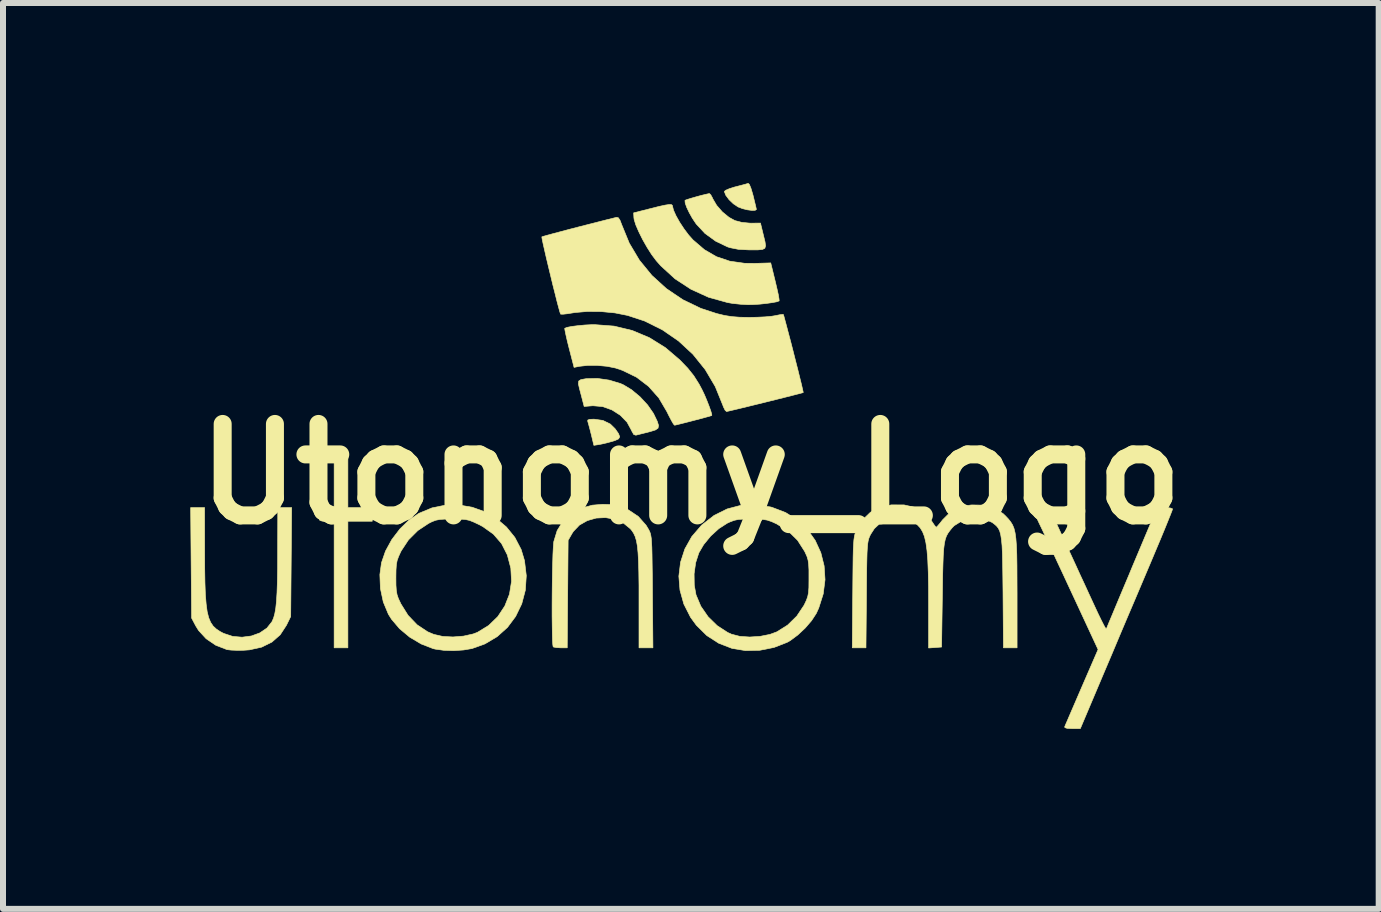
<source format=kicad_pcb>
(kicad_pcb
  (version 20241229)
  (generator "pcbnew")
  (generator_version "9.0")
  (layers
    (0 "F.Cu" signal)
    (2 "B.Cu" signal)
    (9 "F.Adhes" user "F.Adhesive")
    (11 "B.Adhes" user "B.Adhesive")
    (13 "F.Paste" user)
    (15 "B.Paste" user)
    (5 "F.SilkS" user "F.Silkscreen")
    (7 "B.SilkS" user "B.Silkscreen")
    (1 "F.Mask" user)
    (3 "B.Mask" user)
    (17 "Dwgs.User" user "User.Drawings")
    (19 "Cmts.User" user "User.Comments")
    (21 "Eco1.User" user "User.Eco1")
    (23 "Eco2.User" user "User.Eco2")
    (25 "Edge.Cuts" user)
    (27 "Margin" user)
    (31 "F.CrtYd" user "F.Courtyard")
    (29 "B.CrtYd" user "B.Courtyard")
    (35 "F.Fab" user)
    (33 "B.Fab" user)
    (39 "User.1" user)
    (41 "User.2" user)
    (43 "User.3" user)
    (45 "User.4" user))
  (footprint "Utonomy_Logo"
    (layer "F.Cu")
    (at 8.462 4.849)
    (property "Reference" "Utonomy_Logo" (at 0 0 0) (layer "F.SilkS") (effects (font (size 1.524 1.524) (thickness 0.3))))
    (attr through_hole)
    (fp_poly (pts (xy -5.715 0.559) (xy -5.309 0.559) (xy -5.309 0.787) (xy -5.715 0.787) (xy -5.715 2.896) (xy -5.944 2.896) (xy -5.944 0.787) (xy -6.068 0.787) (xy -6.142 0.785) (xy -6.181 0.773) (xy -6.197 0.744) (xy -6.202 0.718) (xy -6.208 0.631) (xy -6.191 0.583) (xy -6.141 0.563) (xy -6.069 0.559) (xy -5.944 0.559) (xy -5.944 -0.279) (xy -5.715 -0.279) (xy -5.715 0.559)) (stroke (width 0.01) (type solid)) (fill yes) (layer "F.SilkS"))
    (fp_poly (pts (xy -1.465 -0.893) (xy -1.341 -0.832) (xy -1.26 -0.752) (xy -1.205 -0.672) (xy -1.185 -0.62) (xy -1.204 -0.586) (xy -1.262 -0.559) (xy -1.303 -0.546) (xy -1.398 -0.52) (xy -1.49 -0.499) (xy -1.526 -0.492) (xy -1.616 -0.478) (xy -1.659 -0.657) (xy -1.683 -0.751) (xy -1.704 -0.829) (xy -1.717 -0.874) (xy -1.718 -0.875) (xy -1.718 -0.899) (xy -1.687 -0.911) (xy -1.616 -0.914) (xy -1.613 -0.914) (xy -1.465 -0.893)) (stroke (width 0.01) (type solid)) (fill yes) (layer "F.SilkS"))
    (fp_poly (pts (xy 0.975 -4.826) (xy 1.001 -4.764) (xy 1.03 -4.667) (xy 1.038 -4.638) (xy 1.062 -4.539) (xy 1.081 -4.461) (xy 1.091 -4.415) (xy 1.092 -4.408) (xy 1.07 -4.394) (xy 1.015 -4.393) (xy 0.94 -4.403) (xy 0.86 -4.423) (xy 0.789 -4.45) (xy 0.787 -4.451) (xy 0.709 -4.503) (xy 0.637 -4.572) (xy 0.583 -4.644) (xy 0.559 -4.705) (xy 0.559 -4.71) (xy 0.582 -4.729) (xy 0.642 -4.755) (xy 0.727 -4.782) (xy 0.743 -4.786) (xy 0.836 -4.81) (xy 0.911 -4.83) (xy 0.953 -4.843) (xy 0.955 -4.844) (xy 0.975 -4.826)) (stroke (width 0.01) (type solid)) (fill yes) (layer "F.SilkS"))
    (fp_poly (pts (xy -1.362 -1.565) (xy -1.176 -1.509) (xy -1.129 -1.489) (xy -0.989 -1.405) (xy -0.848 -1.288) (xy -0.721 -1.151) (xy -0.624 -1.011) (xy -0.61 -0.983) (xy -0.56 -0.879) (xy -0.538 -0.809) (xy -0.547 -0.764) (xy -0.591 -0.734) (xy -0.672 -0.709) (xy -0.705 -0.7) (xy -0.797 -0.677) (xy -0.873 -0.658) (xy -0.916 -0.647) (xy -0.951 -0.658) (xy -0.984 -0.716) (xy -0.989 -0.728) (xy -1.063 -0.864) (xy -1.176 -0.98) (xy -1.316 -1.069) (xy -1.471 -1.124) (xy -1.632 -1.138) (xy -1.645 -1.137) (xy -1.778 -1.126) (xy -1.805 -1.23) (xy -1.829 -1.322) (xy -1.853 -1.412) (xy -1.856 -1.422) (xy -1.874 -1.503) (xy -1.869 -1.549) (xy -1.833 -1.573) (xy -1.756 -1.587) (xy -1.737 -1.589) (xy -1.557 -1.593) (xy -1.362 -1.565)) (stroke (width 0.01) (type solid)) (fill yes) (layer "F.SilkS"))
    (fp_poly (pts (xy 0.332 -4.652) (xy 0.36 -4.601) (xy 0.366 -4.586) (xy 0.43 -4.477) (xy 0.524 -4.369) (xy 0.633 -4.279) (xy 0.732 -4.224) (xy 0.846 -4.194) (xy 0.977 -4.181) (xy 1.006 -4.18) (xy 1.16 -4.182) (xy 1.211 -3.972) (xy 1.236 -3.87) (xy 1.245 -3.803) (xy 1.233 -3.762) (xy 1.193 -3.742) (xy 1.117 -3.735) (xy 0.998 -3.735) (xy 0.969 -3.735) (xy 0.794 -3.744) (xy 0.652 -3.772) (xy 0.61 -3.786) (xy 0.414 -3.88) (xy 0.235 -4.01) (xy 0.09 -4.166) (xy 0.086 -4.172) (xy 0.026 -4.261) (xy -0.027 -4.356) (xy -0.069 -4.444) (xy -0.094 -4.515) (xy -0.098 -4.558) (xy -0.095 -4.562) (xy -0.066 -4.573) (xy -0.003 -4.593) (xy 0.08 -4.617) (xy 0.167 -4.641) (xy 0.245 -4.66) (xy 0.299 -4.672) (xy 0.311 -4.673) (xy 0.332 -4.652)) (stroke (width 0.01) (type solid)) (fill yes) (layer "F.SilkS"))
    (fp_poly (pts (xy -0.325 -4.49) (xy -0.308 -4.477) (xy -0.305 -4.461) (xy -0.289 -4.397) (xy -0.248 -4.305) (xy -0.188 -4.198) (xy -0.115 -4.087) (xy -0.038 -3.984) (xy 0.036 -3.901) (xy 0.226 -3.738) (xy 0.428 -3.621) (xy 0.648 -3.547) (xy 0.894 -3.512) (xy 1.066 -3.51) (xy 1.331 -3.518) (xy 1.407 -3.208) (xy 1.435 -3.089) (xy 1.457 -2.99) (xy 1.469 -2.919) (xy 1.472 -2.886) (xy 1.471 -2.885) (xy 1.435 -2.871) (xy 1.361 -2.857) (xy 1.262 -2.843) (xy 1.152 -2.831) (xy 1.042 -2.824) (xy 0.953 -2.822) (xy 0.829 -2.829) (xy 0.695 -2.843) (xy 0.61 -2.858) (xy 0.294 -2.946) (xy 0.002 -3.079) (xy -0.264 -3.253) (xy -0.5 -3.469) (xy -0.577 -3.556) (xy -0.652 -3.656) (xy -0.729 -3.777) (xy -0.803 -3.907) (xy -0.867 -4.036) (xy -0.917 -4.151) (xy -0.945 -4.242) (xy -0.949 -4.272) (xy -0.953 -4.352) (xy -0.673 -4.423) (xy -0.53 -4.459) (xy -0.429 -4.481) (xy -0.363 -4.491) (xy -0.325 -4.49)) (stroke (width 0.01) (type solid)) (fill yes) (layer "F.SilkS"))
    (fp_poly (pts (xy -8.102 1.289) (xy -8.101 1.572) (xy -8.097 1.809) (xy -8.09 2.005) (xy -8.077 2.164) (xy -8.06 2.292) (xy -8.035 2.393) (xy -8.002 2.472) (xy -7.96 2.534) (xy -7.907 2.583) (xy -7.844 2.625) (xy -7.787 2.655) (xy -7.637 2.705) (xy -7.479 2.719) (xy -7.324 2.699) (xy -7.183 2.648) (xy -7.064 2.567) (xy -6.98 2.461) (xy -6.978 2.456) (xy -6.953 2.399) (xy -6.933 2.327) (xy -6.917 2.237) (xy -6.905 2.122) (xy -6.896 1.978) (xy -6.89 1.799) (xy -6.886 1.58) (xy -6.885 1.317) (xy -6.885 1.276) (xy -6.883 0.559) (xy -6.652 0.559) (xy -6.66 1.467) (xy -6.668 2.375) (xy -6.739 2.52) (xy -6.843 2.679) (xy -6.982 2.801) (xy -7.153 2.885) (xy -7.356 2.93) (xy -7.455 2.937) (xy -7.562 2.938) (xy -7.66 2.934) (xy -7.728 2.926) (xy -7.734 2.924) (xy -7.917 2.853) (xy -8.076 2.745) (xy -8.203 2.607) (xy -8.25 2.531) (xy -8.319 2.4) (xy -8.335 0.559) (xy -8.103 0.559) (xy -8.102 1.289)) (stroke (width 0.01) (type solid)) (fill yes) (layer "F.SilkS"))
    (fp_poly (pts (xy -1.28 -2.465) (xy -0.977 -2.392) (xy -0.691 -2.272) (xy -0.423 -2.105) (xy -0.183 -1.9) (xy -0.052 -1.764) (xy 0.05 -1.636) (xy 0.137 -1.498) (xy 0.19 -1.398) (xy 0.228 -1.318) (xy 0.267 -1.225) (xy 0.303 -1.133) (xy 0.332 -1.052) (xy 0.348 -0.996) (xy 0.349 -0.976) (xy 0.323 -0.967) (xy 0.259 -0.949) (xy 0.169 -0.924) (xy 0.064 -0.897) (xy -0.043 -0.869) (xy -0.142 -0.844) (xy -0.219 -0.825) (xy -0.265 -0.814) (xy -0.272 -0.814) (xy -0.291 -0.835) (xy -0.325 -0.894) (xy -0.369 -0.978) (xy -0.399 -1.039) (xy -0.534 -1.269) (xy -0.704 -1.46) (xy -0.906 -1.614) (xy -1.141 -1.728) (xy -1.257 -1.767) (xy -1.396 -1.795) (xy -1.559 -1.81) (xy -1.721 -1.81) (xy -1.856 -1.795) (xy -1.946 -1.777) (xy -2.029 -2.098) (xy -2.059 -2.218) (xy -2.082 -2.319) (xy -2.097 -2.392) (xy -2.102 -2.427) (xy -2.101 -2.428) (xy -2.063 -2.444) (xy -1.986 -2.459) (xy -1.883 -2.472) (xy -1.767 -2.483) (xy -1.649 -2.489) (xy -1.598 -2.489) (xy -1.28 -2.465)) (stroke (width 0.01) (type solid)) (fill yes) (layer "F.SilkS"))
    (fp_poly (pts (xy -1.336 0.509) (xy -1.228 0.525) (xy -1.127 0.559) (xy -1.038 0.599) (xy -0.875 0.708) (xy -0.746 0.854) (xy -0.704 0.924) (xy -0.689 0.953) (xy -0.677 0.983) (xy -0.668 1.019) (xy -0.66 1.068) (xy -0.655 1.134) (xy -0.65 1.223) (xy -0.647 1.34) (xy -0.645 1.491) (xy -0.642 1.68) (xy -0.64 1.915) (xy -0.64 1.962) (xy -0.632 2.896) (xy -0.864 2.896) (xy -0.864 2.117) (xy -0.864 1.853) (xy -0.867 1.634) (xy -0.872 1.456) (xy -0.88 1.313) (xy -0.891 1.2) (xy -0.907 1.111) (xy -0.928 1.041) (xy -0.955 0.984) (xy -0.987 0.937) (xy -1.008 0.912) (xy -1.127 0.815) (xy -1.269 0.753) (xy -1.422 0.726) (xy -1.578 0.734) (xy -1.725 0.776) (xy -1.856 0.85) (xy -1.958 0.957) (xy -1.981 0.993) (xy -2.045 1.105) (xy -2.06 2.896) (xy -2.169 2.896) (xy -2.24 2.892) (xy -2.287 2.883) (xy -2.294 2.879) (xy -2.3 2.848) (xy -2.305 2.774) (xy -2.308 2.663) (xy -2.31 2.524) (xy -2.312 2.362) (xy -2.312 2.186) (xy -2.311 2.002) (xy -2.309 1.818) (xy -2.306 1.641) (xy -2.302 1.478) (xy -2.298 1.337) (xy -2.292 1.224) (xy -2.286 1.147) (xy -2.284 1.127) (xy -2.228 0.943) (xy -2.132 0.787) (xy -2 0.663) (xy -1.835 0.572) (xy -1.642 0.519) (xy -1.472 0.505) (xy -1.336 0.509)) (stroke (width 0.01) (type solid)) (fill yes) (layer "F.SilkS"))
    (fp_poly (pts (xy 5.792 0.561) (xy 5.833 0.564) (xy 5.976 0.572) (xy 6.258 1.183) (xy 6.339 1.357) (xy 6.417 1.526) (xy 6.488 1.682) (xy 6.55 1.815) (xy 6.597 1.917) (xy 6.621 1.97) (xy 6.712 2.167) (xy 6.784 2.322) (xy 6.84 2.437) (xy 6.88 2.516) (xy 6.906 2.562) (xy 6.921 2.579) (xy 6.925 2.577) (xy 6.937 2.549) (xy 6.966 2.478) (xy 7.011 2.371) (xy 7.069 2.232) (xy 7.138 2.067) (xy 7.217 1.879) (xy 7.303 1.675) (xy 7.35 1.561) (xy 7.766 0.572) (xy 7.896 0.564) (xy 7.983 0.564) (xy 8.024 0.578) (xy 8.026 0.585) (xy 8.017 0.614) (xy 7.989 0.685) (xy 7.946 0.792) (xy 7.89 0.93) (xy 7.822 1.094) (xy 7.744 1.279) (xy 7.66 1.479) (xy 7.637 1.533) (xy 7.529 1.788) (xy 7.408 2.074) (xy 7.279 2.376) (xy 7.15 2.681) (xy 7.027 2.974) (xy 6.914 3.24) (xy 6.869 3.346) (xy 6.49 4.242) (xy 6.354 4.242) (xy 6.271 4.238) (xy 6.233 4.226) (xy 6.23 4.21) (xy 6.243 4.179) (xy 6.274 4.108) (xy 6.319 4.003) (xy 6.376 3.871) (xy 6.442 3.718) (xy 6.514 3.551) (xy 6.786 2.924) (xy 6.387 2.065) (xy 6.29 1.857) (xy 6.195 1.652) (xy 6.104 1.458) (xy 6.022 1.281) (xy 5.951 1.129) (xy 5.895 1.01) (xy 5.862 0.94) (xy 5.794 0.798) (xy 5.747 0.695) (xy 5.719 0.627) (xy 5.71 0.586) (xy 5.719 0.565) (xy 5.747 0.559) (xy 5.792 0.561)) (stroke (width 0.01) (type solid)) (fill yes) (layer "F.SilkS"))
    (fp_poly (pts (xy -3.642 0.554) (xy -3.433 0.629) (xy -3.241 0.74) (xy -3.073 0.883) (xy -2.933 1.056) (xy -2.828 1.257) (xy -2.772 1.443) (xy -2.742 1.694) (xy -2.758 1.936) (xy -2.818 2.163) (xy -2.919 2.372) (xy -3.056 2.556) (xy -3.228 2.71) (xy -3.432 2.831) (xy -3.646 2.908) (xy -3.787 2.932) (xy -3.951 2.943) (xy -4.114 2.938) (xy -4.257 2.918) (xy -4.293 2.91) (xy -4.493 2.832) (xy -4.684 2.719) (xy -4.853 2.578) (xy -4.988 2.419) (xy -5.04 2.336) (xy -5.125 2.132) (xy -5.173 1.907) (xy -5.18 1.728) (xy -4.915 1.728) (xy -4.914 1.852) (xy -4.908 1.94) (xy -4.896 2.009) (xy -4.874 2.074) (xy -4.838 2.15) (xy -4.834 2.16) (xy -4.713 2.354) (xy -4.562 2.512) (xy -4.386 2.629) (xy -4.284 2.672) (xy -4.136 2.706) (xy -3.964 2.715) (xy -3.788 2.701) (xy -3.627 2.665) (xy -3.556 2.638) (xy -3.37 2.524) (xy -3.217 2.376) (xy -3.1 2.199) (xy -3.022 2.001) (xy -2.988 1.788) (xy -3 1.569) (xy -3.058 1.348) (xy -3.154 1.159) (xy -3.289 1.003) (xy -3.465 0.877) (xy -3.522 0.846) (xy -3.615 0.802) (xy -3.687 0.773) (xy -3.756 0.758) (xy -3.838 0.751) (xy -3.951 0.749) (xy -3.974 0.749) (xy -4.096 0.751) (xy -4.183 0.757) (xy -4.25 0.77) (xy -4.313 0.794) (xy -4.369 0.822) (xy -4.55 0.942) (xy -4.706 1.098) (xy -4.825 1.278) (xy -4.834 1.295) (xy -4.87 1.374) (xy -4.894 1.44) (xy -4.907 1.509) (xy -4.913 1.595) (xy -4.915 1.716) (xy -4.915 1.728) (xy -5.18 1.728) (xy -5.182 1.676) (xy -5.155 1.478) (xy -5.088 1.284) (xy -4.983 1.092) (xy -4.847 0.914) (xy -4.691 0.763) (xy -4.532 0.655) (xy -4.313 0.564) (xy -4.087 0.518) (xy -3.862 0.516) (xy -3.642 0.554)) (stroke (width 0.01) (type solid)) (fill yes) (layer "F.SilkS"))
    (fp_poly (pts (xy 1.324 0.548) (xy 1.352 0.555) (xy 1.579 0.642) (xy 1.777 0.767) (xy 1.942 0.923) (xy 2.072 1.106) (xy 2.166 1.311) (xy 2.221 1.531) (xy 2.236 1.761) (xy 2.206 1.997) (xy 2.131 2.233) (xy 2.09 2.323) (xy 2.013 2.441) (xy 1.906 2.566) (xy 1.782 2.682) (xy 1.658 2.774) (xy 1.606 2.804) (xy 1.385 2.89) (xy 1.149 2.937) (xy 0.91 2.942) (xy 0.688 2.906) (xy 0.465 2.82) (xy 0.265 2.691) (xy 0.092 2.52) (xy -0.005 2.387) (xy -0.117 2.166) (xy -0.181 1.936) (xy -0.2 1.702) (xy -0.195 1.664) (xy 0.054 1.664) (xy 0.057 1.853) (xy 0.086 2.013) (xy 0.166 2.203) (xy 0.287 2.378) (xy 0.439 2.527) (xy 0.613 2.64) (xy 0.677 2.669) (xy 0.816 2.705) (xy 0.981 2.716) (xy 1.154 2.705) (xy 1.319 2.672) (xy 1.435 2.629) (xy 1.613 2.517) (xy 1.766 2.367) (xy 1.885 2.189) (xy 1.894 2.171) (xy 1.927 2.101) (xy 1.948 2.04) (xy 1.961 1.975) (xy 1.967 1.891) (xy 1.968 1.776) (xy 1.968 1.727) (xy 1.968 1.597) (xy 1.963 1.504) (xy 1.953 1.434) (xy 1.935 1.373) (xy 1.906 1.309) (xy 1.897 1.29) (xy 1.779 1.105) (xy 1.622 0.95) (xy 1.433 0.833) (xy 1.428 0.83) (xy 1.344 0.792) (xy 1.273 0.768) (xy 1.2 0.756) (xy 1.108 0.75) (xy 1.003 0.749) (xy 0.88 0.751) (xy 0.791 0.757) (xy 0.722 0.772) (xy 0.655 0.797) (xy 0.607 0.819) (xy 0.467 0.909) (xy 0.331 1.033) (xy 0.213 1.177) (xy 0.133 1.314) (xy 0.08 1.478) (xy 0.054 1.664) (xy -0.195 1.664) (xy -0.172 1.471) (xy -0.1 1.249) (xy 0.016 1.042) (xy 0.176 0.856) (xy 0.187 0.846) (xy 0.387 0.69) (xy 0.605 0.582) (xy 0.836 0.521) (xy 1.077 0.51) (xy 1.324 0.548)) (stroke (width 0.01) (type solid)) (fill yes) (layer "F.SilkS"))
    (fp_poly (pts (xy -1.209 -4.271) (xy -1.181 -4.23) (xy -1.153 -4.157) (xy -1.026 -3.847) (xy -0.857 -3.563) (xy -0.649 -3.309) (xy -0.407 -3.089) (xy -0.134 -2.905) (xy 0.167 -2.76) (xy 0.43 -2.674) (xy 0.562 -2.642) (xy 0.683 -2.623) (xy 0.812 -2.613) (xy 0.97 -2.61) (xy 0.978 -2.61) (xy 1.111 -2.613) (xy 1.239 -2.619) (xy 1.346 -2.629) (xy 1.407 -2.639) (xy 1.48 -2.654) (xy 1.529 -2.66) (xy 1.541 -2.659) (xy 1.55 -2.632) (xy 1.568 -2.565) (xy 1.595 -2.465) (xy 1.628 -2.339) (xy 1.666 -2.196) (xy 1.705 -2.044) (xy 1.744 -1.889) (xy 1.782 -1.741) (xy 1.815 -1.606) (xy 1.843 -1.494) (xy 1.862 -1.41) (xy 1.872 -1.365) (xy 1.873 -1.358) (xy 1.846 -1.35) (xy 1.777 -1.332) (xy 1.676 -1.306) (xy 1.549 -1.274) (xy 1.405 -1.238) (xy 1.252 -1.2) (xy 1.098 -1.162) (xy 0.951 -1.126) (xy 0.82 -1.094) (xy 0.711 -1.068) (xy 0.634 -1.05) (xy 0.597 -1.042) (xy 0.595 -1.041) (xy 0.571 -1.063) (xy 0.543 -1.119) (xy 0.532 -1.149) (xy 0.407 -1.457) (xy 0.24 -1.74) (xy 0.035 -1.995) (xy -0.205 -2.217) (xy -0.475 -2.403) (xy -0.771 -2.55) (xy -1.054 -2.643) (xy -1.265 -2.685) (xy -1.495 -2.707) (xy -1.725 -2.709) (xy -1.933 -2.691) (xy -1.963 -2.686) (xy -2.057 -2.671) (xy -2.129 -2.663) (xy -2.168 -2.664) (xy -2.17 -2.665) (xy -2.182 -2.698) (xy -2.202 -2.77) (xy -2.23 -2.875) (xy -2.262 -3.004) (xy -2.299 -3.149) (xy -2.336 -3.303) (xy -2.373 -3.456) (xy -2.408 -3.602) (xy -2.438 -3.733) (xy -2.462 -3.839) (xy -2.478 -3.915) (xy -2.483 -3.95) (xy -2.483 -3.952) (xy -2.457 -3.961) (xy -2.389 -3.98) (xy -2.287 -4.008) (xy -2.158 -4.042) (xy -2.011 -4.081) (xy -1.853 -4.122) (xy -1.692 -4.163) (xy -1.535 -4.203) (xy -1.39 -4.24) (xy -1.264 -4.271) (xy -1.239 -4.277) (xy -1.209 -4.271)) (stroke (width 0.01) (type solid)) (fill yes) (layer "F.SilkS"))
    (fp_poly (pts (xy 3.554 0.515) (xy 3.731 0.555) (xy 3.877 0.633) (xy 3.991 0.751) (xy 4.013 0.785) (xy 4.053 0.845) (xy 4.082 0.882) (xy 4.089 0.887) (xy 4.11 0.868) (xy 4.152 0.819) (xy 4.195 0.764) (xy 4.318 0.641) (xy 4.469 0.56) (xy 4.651 0.518) (xy 4.683 0.515) (xy 4.882 0.519) (xy 5.054 0.567) (xy 5.201 0.658) (xy 5.247 0.702) (xy 5.293 0.751) (xy 5.33 0.798) (xy 5.361 0.848) (xy 5.385 0.907) (xy 5.403 0.981) (xy 5.416 1.074) (xy 5.425 1.191) (xy 5.431 1.339) (xy 5.434 1.522) (xy 5.435 1.746) (xy 5.436 1.986) (xy 5.436 2.896) (xy 5.209 2.896) (xy 5.202 1.975) (xy 5.199 1.717) (xy 5.196 1.504) (xy 5.192 1.332) (xy 5.186 1.196) (xy 5.176 1.09) (xy 5.163 1.009) (xy 5.146 0.948) (xy 5.123 0.902) (xy 5.093 0.865) (xy 5.057 0.834) (xy 5.021 0.807) (xy 4.909 0.756) (xy 4.774 0.737) (xy 4.633 0.75) (xy 4.499 0.792) (xy 4.388 0.861) (xy 4.353 0.897) (xy 4.315 0.944) (xy 4.284 0.987) (xy 4.259 1.033) (xy 4.24 1.087) (xy 4.225 1.156) (xy 4.214 1.244) (xy 4.206 1.358) (xy 4.201 1.503) (xy 4.196 1.685) (xy 4.193 1.909) (xy 4.191 2.019) (xy 4.178 2.883) (xy 3.962 2.899) (xy 3.962 2.154) (xy 3.961 1.87) (xy 3.956 1.632) (xy 3.948 1.435) (xy 3.935 1.274) (xy 3.917 1.145) (xy 3.893 1.042) (xy 3.861 0.961) (xy 3.822 0.897) (xy 3.773 0.845) (xy 3.728 0.809) (xy 3.674 0.777) (xy 3.615 0.758) (xy 3.533 0.751) (xy 3.453 0.749) (xy 3.346 0.752) (xy 3.271 0.762) (xy 3.211 0.785) (xy 3.157 0.817) (xy 3.058 0.909) (xy 2.994 1.008) (xy 2.978 1.042) (xy 2.965 1.075) (xy 2.955 1.113) (xy 2.947 1.162) (xy 2.941 1.228) (xy 2.936 1.315) (xy 2.933 1.431) (xy 2.93 1.58) (xy 2.928 1.768) (xy 2.926 2.001) (xy 2.926 2.013) (xy 2.918 2.896) (xy 2.69 2.896) (xy 2.698 1.975) (xy 2.7 1.734) (xy 2.702 1.538) (xy 2.704 1.382) (xy 2.707 1.26) (xy 2.712 1.167) (xy 2.717 1.096) (xy 2.725 1.043) (xy 2.734 1.002) (xy 2.746 0.967) (xy 2.761 0.933) (xy 2.764 0.927) (xy 2.864 0.761) (xy 2.994 0.636) (xy 3.152 0.554) (xy 3.336 0.515) (xy 3.343 0.514) (xy 3.554 0.515)) (stroke (width 0.01) (type solid)) (fill yes) (layer "F.SilkS")))
  (gr_rect
    (start -3 -3)
    (end 19.924 12.095)
    (stroke (width 0.1) (type default))
    (fill no)
    (layer "Edge.Cuts")))
</source>
